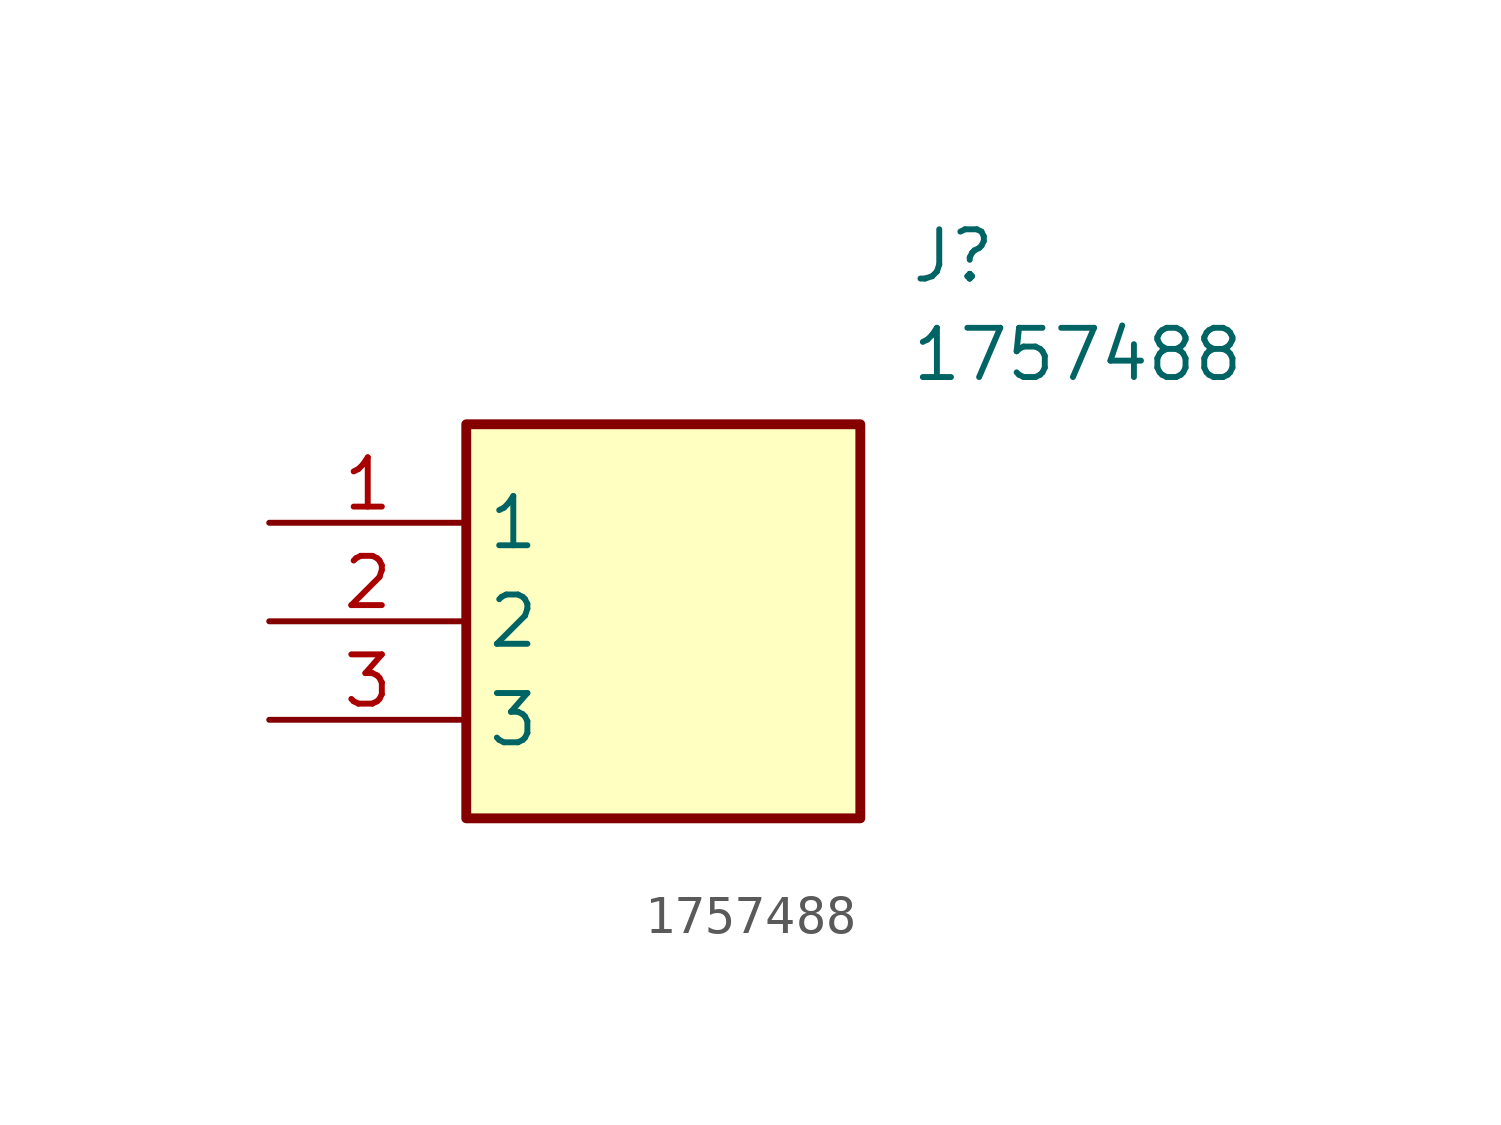
<source format=kicad_sym>
(kicad_symbol_lib
  (version 20211014)
  (generator SamacSys_ECAD_Model)
  (symbol "1757488"
    (property "Reference" "J"
      (at 16.51 7.62 0)
      (effects (font (size 1.27 1.27)) (justify left top)))
    (property "Value" "1757488"
      (at 16.51 5.08 0)
      (effects (font (size 1.27 1.27)) (justify left top)))
    (rectangle
      (start 5.08 2.54)
      (end 15.24 -7.62)
      (stroke (width 0.254) (type default))
      (fill (type background)))
    (pin passive line
      (at 0 0 0)
      (length 5.08)
      (name "1" (effects (font (size 1.27 1.27))))
      (number "1" (effects (font (size 1.27 1.27)))))
    (pin passive line
      (at 0 -2.54 0)
      (length 5.08)
      (name "2" (effects (font (size 1.27 1.27))))
      (number "2" (effects (font (size 1.27 1.27)))))
    (pin passive line
      (at 0 -5.08 0)
      (length 5.08)
      (name "3" (effects (font (size 1.27 1.27))))
      (number "3" (effects (font (size 1.27 1.27)))))))
</source>
